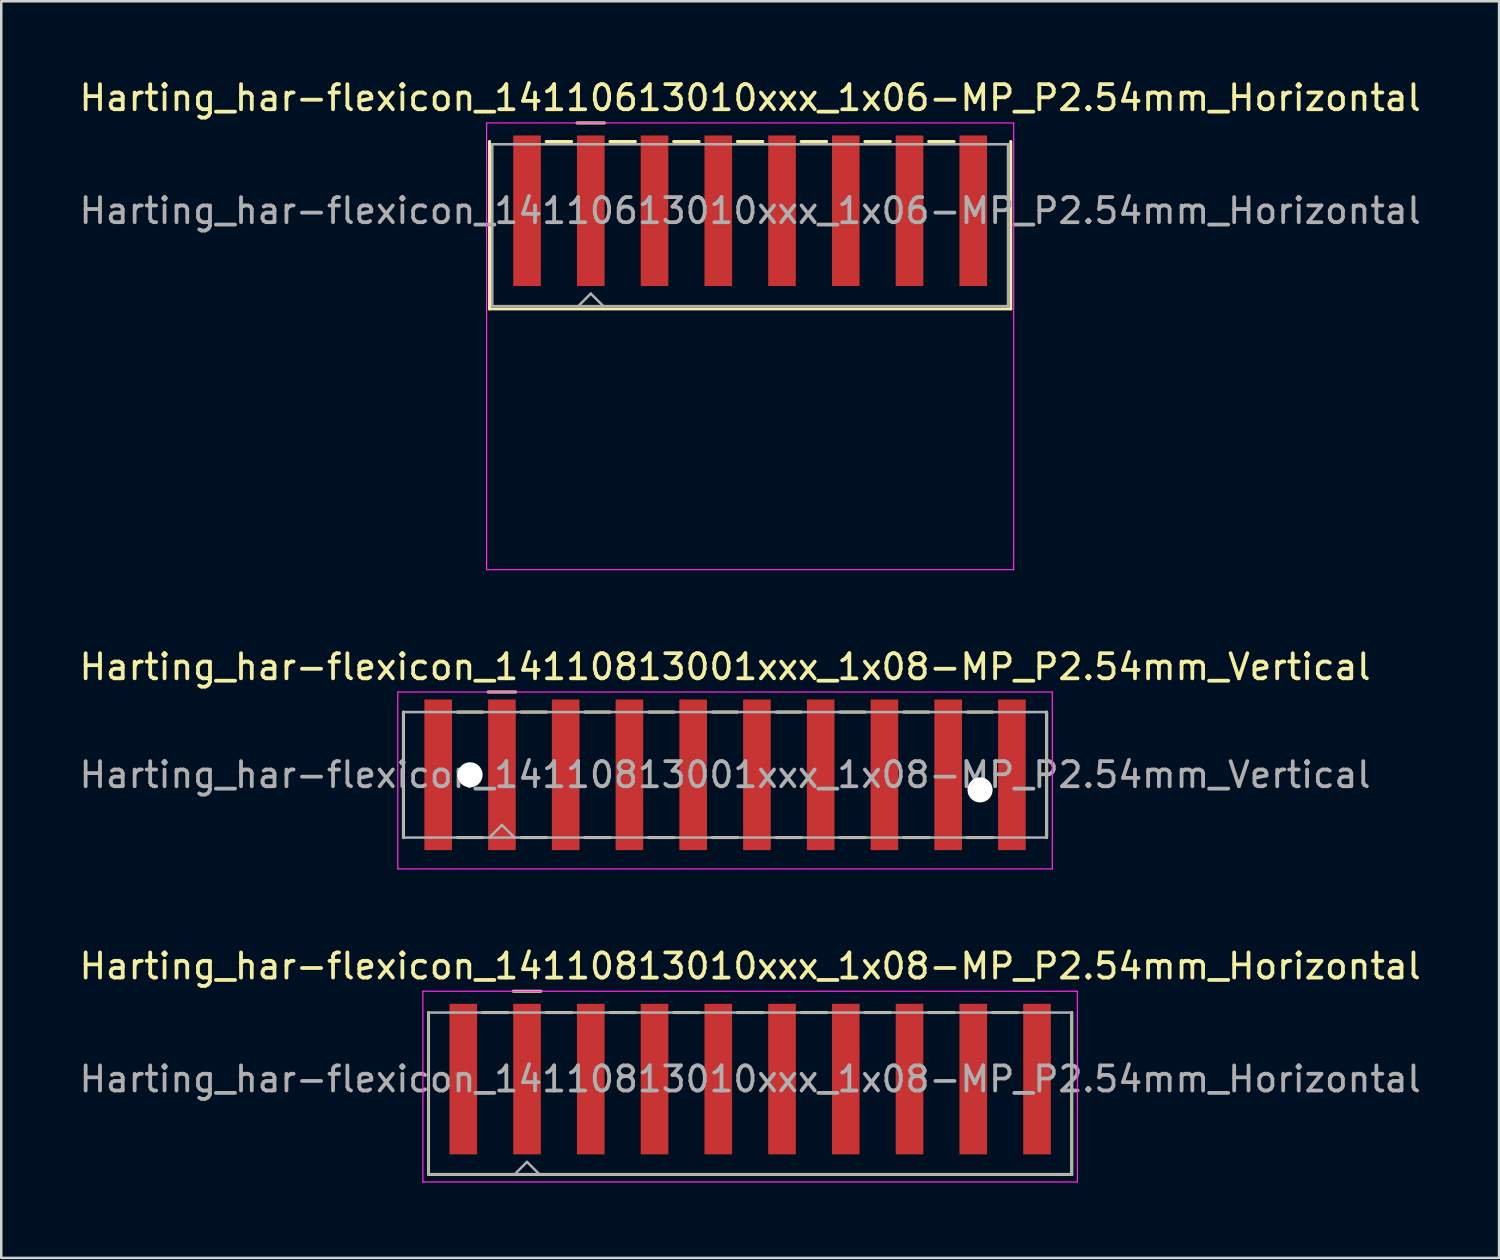
<source format=kicad_pcb>
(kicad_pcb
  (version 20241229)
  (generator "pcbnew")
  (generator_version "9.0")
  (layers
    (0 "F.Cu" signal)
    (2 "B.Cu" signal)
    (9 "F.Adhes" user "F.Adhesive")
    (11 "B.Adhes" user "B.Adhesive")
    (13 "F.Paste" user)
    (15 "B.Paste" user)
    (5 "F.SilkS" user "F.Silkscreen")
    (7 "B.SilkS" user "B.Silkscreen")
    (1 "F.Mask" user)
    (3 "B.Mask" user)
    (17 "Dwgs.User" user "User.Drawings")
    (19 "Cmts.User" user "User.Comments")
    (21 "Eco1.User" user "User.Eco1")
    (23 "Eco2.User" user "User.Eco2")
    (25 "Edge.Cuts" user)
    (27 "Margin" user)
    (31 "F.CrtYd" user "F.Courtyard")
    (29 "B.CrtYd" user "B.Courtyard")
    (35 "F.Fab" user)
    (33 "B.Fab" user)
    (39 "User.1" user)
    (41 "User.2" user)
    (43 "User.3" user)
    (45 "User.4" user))
  (footprint "Harting_har-flexicon_14110813001xxx_1x08-MP_P2.54mm_Vertical"
    (layer "F.Cu")
    (at 25.839 27.822)
    (property "Reference" "Harting_har-flexicon_14110813001xxx_1x08-MP_P2.54mm_Vertical" (at 0 -4.3 0) (layer "F.SilkS") (effects (font (size 1 1) (thickness 0.15))))
    (attr smd)
    (fp_line (start -12.815 -2.5) (end -12.815 2.5) (stroke (width 0.12) (type solid)) (layer "F.SilkS"))
    (fp_line (start -10.668 -2.5) (end -9.652 -2.5) (stroke (width 0.12) (type solid)) (layer "F.SilkS"))
    (fp_line (start -10.668 2.5) (end -9.652 2.5) (stroke (width 0.12) (type solid)) (layer "F.SilkS"))
    (fp_line (start -9.44 -3.3) (end -8.34 -3.3) (stroke (width 0.12) (type solid)) (layer "F.SilkS"))
    (fp_line (start -8.128 -2.5) (end -7.112 -2.5) (stroke (width 0.12) (type solid)) (layer "F.SilkS"))
    (fp_line (start -8.128 2.5) (end -7.112 2.5) (stroke (width 0.12) (type solid)) (layer "F.SilkS"))
    (fp_line (start -5.588 -2.5) (end -4.572 -2.5) (stroke (width 0.12) (type solid)) (layer "F.SilkS"))
    (fp_line (start -5.588 2.5) (end -4.572 2.5) (stroke (width 0.12) (type solid)) (layer "F.SilkS"))
    (fp_line (start -3.048 -2.5) (end -2.032 -2.5) (stroke (width 0.12) (type solid)) (layer "F.SilkS"))
    (fp_line (start -3.048 2.5) (end -2.032 2.5) (stroke (width 0.12) (type solid)) (layer "F.SilkS"))
    (fp_line (start -0.508 -2.5) (end 0.508 -2.5) (stroke (width 0.12) (type solid)) (layer "F.SilkS"))
    (fp_line (start -0.508 2.5) (end 0.508 2.5) (stroke (width 0.12) (type solid)) (layer "F.SilkS"))
    (fp_line (start 2.032 -2.5) (end 3.048 -2.5) (stroke (width 0.12) (type solid)) (layer "F.SilkS"))
    (fp_line (start 2.032 2.5) (end 3.048 2.5) (stroke (width 0.12) (type solid)) (layer "F.SilkS"))
    (fp_line (start 4.572 -2.5) (end 5.588 -2.5) (stroke (width 0.12) (type solid)) (layer "F.SilkS"))
    (fp_line (start 4.572 2.5) (end 5.588 2.5) (stroke (width 0.12) (type solid)) (layer "F.SilkS"))
    (fp_line (start 7.112 -2.5) (end 8.128 -2.5) (stroke (width 0.12) (type solid)) (layer "F.SilkS"))
    (fp_line (start 7.112 2.5) (end 8.128 2.5) (stroke (width 0.12) (type solid)) (layer "F.SilkS"))
    (fp_line (start 9.652 -2.5) (end 10.668 -2.5) (stroke (width 0.12) (type solid)) (layer "F.SilkS"))
    (fp_line (start 9.652 2.5) (end 10.668 2.5) (stroke (width 0.12) (type solid)) (layer "F.SilkS"))
    (fp_line (start 12.815 -2.5) (end 12.815 2.5) (stroke (width 0.12) (type solid)) (layer "F.SilkS"))
    (fp_line (start -13.04 -3.3) (end -13.04 3.75) (stroke (width 0.05) (type solid)) (layer "F.CrtYd"))
    (fp_line (start -13.04 3.75) (end 13.04 3.75) (stroke (width 0.05) (type solid)) (layer "F.CrtYd"))
    (fp_line (start 13.04 -3.3) (end -13.04 -3.3) (stroke (width 0.05) (type solid)) (layer "F.CrtYd"))
    (fp_line (start 13.04 3.75) (end 13.04 -3.3) (stroke (width 0.05) (type solid)) (layer "F.CrtYd"))
    (fp_line (start -12.815 -2.5) (end -12.815 2.5) (stroke (width 0.1) (type solid)) (layer "F.Fab"))
    (fp_line (start -12.815 2.5) (end 12.815 2.5) (stroke (width 0.1) (type solid)) (layer "F.Fab"))
    (fp_line (start -9.39 2.5) (end -8.89 2) (stroke (width 0.1) (type solid)) (layer "F.Fab"))
    (fp_line (start -8.89 2) (end -8.39 2.5) (stroke (width 0.1) (type solid)) (layer "F.Fab"))
    (fp_line (start 12.815 -2.5) (end -12.815 -2.5) (stroke (width 0.1) (type solid)) (layer "F.Fab"))
    (fp_line (start 12.815 2.5) (end 12.815 -2.5) (stroke (width 0.1) (type solid)) (layer "F.Fab"))
    (fp_text user "${REFERENCE}" (at 0 0 0) (layer "F.Fab") (effects (font (size 1 1) (thickness 0.15))))
    (pad "" np_thru_hole circle (at -10.16 0) (size 1 1) (drill 1) (layers "*.Cu" "*.Mask"))
    (pad "" np_thru_hole circle (at 10.16 0.6) (size 1 1) (drill 1) (layers "*.Cu" "*.Mask"))
    (pad "1" smd rect (at -8.89 0) (size 1.1 6) (layers "F.Cu" "F.Mask" "F.Paste"))
    (pad "2" smd rect (at -6.35 0) (size 1.1 6) (layers "F.Cu" "F.Mask" "F.Paste"))
    (pad "3" smd rect (at -3.81 0) (size 1.1 6) (layers "F.Cu" "F.Mask" "F.Paste"))
    (pad "4" smd rect (at -1.27 0) (size 1.1 6) (layers "F.Cu" "F.Mask" "F.Paste"))
    (pad "5" smd rect (at 1.27 0) (size 1.1 6) (layers "F.Cu" "F.Mask" "F.Paste"))
    (pad "6" smd rect (at 3.81 0) (size 1.1 6) (layers "F.Cu" "F.Mask" "F.Paste"))
    (pad "7" smd rect (at 6.35 0) (size 1.1 6) (layers "F.Cu" "F.Mask" "F.Paste"))
    (pad "8" smd rect (at 8.89 0) (size 1.1 6) (layers "F.Cu" "F.Mask" "F.Paste"))
    (pad "MP" smd rect (at -11.43 0) (size 1.1 6) (layers "F.Cu" "F.Mask" "F.Paste"))
    (pad "MP" smd rect (at 11.43 0) (size 1.1 6) (layers "F.Cu" "F.Mask" "F.Paste")))
  (footprint "Harting_har-flexicon_14110813010xxx_1x08-MP_P2.54mm_Horizontal"
    (layer "F.Cu")
    (at 26.839 41.245)
    (property "Reference" "Harting_har-flexicon_14110813010xxx_1x08-MP_P2.54mm_Horizontal" (at 0 -5.8 0) (layer "F.SilkS") (effects (font (size 1 1) (thickness 0.15))))
    (attr smd)
    (fp_line (start -12.815 -3.95) (end -12.815 2.5) (stroke (width 0.12) (type solid)) (layer "F.SilkS"))
    (fp_line (start -10.668 -3.95) (end -9.652 -3.95) (stroke (width 0.12) (type solid)) (layer "F.SilkS"))
    (fp_line (start -9.44 -4.8) (end -8.34 -4.8) (stroke (width 0.12) (type solid)) (layer "F.SilkS"))
    (fp_line (start -8.128 -3.95) (end -7.112 -3.95) (stroke (width 0.12) (type solid)) (layer "F.SilkS"))
    (fp_line (start -5.588 -3.95) (end -4.572 -3.95) (stroke (width 0.12) (type solid)) (layer "F.SilkS"))
    (fp_line (start -3.048 -3.95) (end -2.032 -3.95) (stroke (width 0.12) (type solid)) (layer "F.SilkS"))
    (fp_line (start -0.508 -3.95) (end 0.508 -3.95) (stroke (width 0.12) (type solid)) (layer "F.SilkS"))
    (fp_line (start 2.032 -3.95) (end 3.048 -3.95) (stroke (width 0.12) (type solid)) (layer "F.SilkS"))
    (fp_line (start 4.572 -3.95) (end 5.588 -3.95) (stroke (width 0.12) (type solid)) (layer "F.SilkS"))
    (fp_line (start 7.112 -3.95) (end 8.128 -3.95) (stroke (width 0.12) (type solid)) (layer "F.SilkS"))
    (fp_line (start 9.652 -3.95) (end 10.668 -3.95) (stroke (width 0.12) (type solid)) (layer "F.SilkS"))
    (fp_line (start 12.815 -3.95) (end 12.815 2.5) (stroke (width 0.12) (type solid)) (layer "F.SilkS"))
    (fp_line (start 12.815 2.5) (end -12.815 2.5) (stroke (width 0.12) (type solid)) (layer "F.SilkS"))
    (fp_line (start -13.04 -4.8) (end -13.04 2.8) (stroke (width 0.05) (type solid)) (layer "F.CrtYd"))
    (fp_line (start -13.04 2.8) (end 13.04 2.8) (stroke (width 0.05) (type solid)) (layer "F.CrtYd"))
    (fp_line (start 13.04 -4.8) (end -13.04 -4.8) (stroke (width 0.05) (type solid)) (layer "F.CrtYd"))
    (fp_line (start 13.04 2.8) (end 13.04 -4.8) (stroke (width 0.05) (type solid)) (layer "F.CrtYd"))
    (fp_line (start -12.815 -3.95) (end -12.815 2.5) (stroke (width 0.1) (type solid)) (layer "F.Fab"))
    (fp_line (start -12.815 2.5) (end 12.815 2.5) (stroke (width 0.1) (type solid)) (layer "F.Fab"))
    (fp_line (start -9.39 2.5) (end -8.89 2) (stroke (width 0.1) (type solid)) (layer "F.Fab"))
    (fp_line (start -8.89 2) (end -8.39 2.5) (stroke (width 0.1) (type solid)) (layer "F.Fab"))
    (fp_line (start 12.815 -3.95) (end -12.815 -3.95) (stroke (width 0.1) (type solid)) (layer "F.Fab"))
    (fp_line (start 12.815 2.5) (end 12.815 -3.95) (stroke (width 0.1) (type solid)) (layer "F.Fab"))
    (fp_text user "${REFERENCE}" (at 0 -1.3 0) (layer "F.Fab") (effects (font (size 1 1) (thickness 0.15))))
    (pad "1" smd rect (at -8.89 -1.3) (size 1.1 6) (layers "F.Cu" "F.Mask" "F.Paste"))
    (pad "2" smd rect (at -6.35 -1.3) (size 1.1 6) (layers "F.Cu" "F.Mask" "F.Paste"))
    (pad "3" smd rect (at -3.81 -1.3) (size 1.1 6) (layers "F.Cu" "F.Mask" "F.Paste"))
    (pad "4" smd rect (at -1.27 -1.3) (size 1.1 6) (layers "F.Cu" "F.Mask" "F.Paste"))
    (pad "5" smd rect (at 1.27 -1.3) (size 1.1 6) (layers "F.Cu" "F.Mask" "F.Paste"))
    (pad "6" smd rect (at 3.81 -1.3) (size 1.1 6) (layers "F.Cu" "F.Mask" "F.Paste"))
    (pad "7" smd rect (at 6.35 -1.3) (size 1.1 6) (layers "F.Cu" "F.Mask" "F.Paste"))
    (pad "8" smd rect (at 8.89 -1.3) (size 1.1 6) (layers "F.Cu" "F.Mask" "F.Paste"))
    (pad "MP" smd rect (at -11.43 -1.3) (size 1.1 6) (layers "F.Cu" "F.Mask" "F.Paste"))
    (pad "MP" smd rect (at 11.43 -1.3) (size 1.1 6) (layers "F.Cu" "F.Mask" "F.Paste")))
  (footprint "Harting_har-flexicon_14110613010xxx_1x06-MP_P2.54mm_Horizontal"
    (layer "F.Cu")
    (at 26.839 6.648)
    (property "Reference" "Harting_har-flexicon_14110613010xxx_1x06-MP_P2.54mm_Horizontal" (at 0 -5.8 0) (layer "F.SilkS") (effects (font (size 1 1) (thickness 0.15))))
    (attr smd)
    (fp_line (start -10.385 -4.06) (end -10.385 2.61) (stroke (width 0.12) (type solid)) (layer "F.SilkS"))
    (fp_line (start -8.128 -4.06) (end -7.112 -4.06) (stroke (width 0.12) (type solid)) (layer "F.SilkS"))
    (fp_line (start -6.9 -4.8) (end -5.8 -4.8) (stroke (width 0.12) (type solid)) (layer "F.SilkS"))
    (fp_line (start -5.588 -4.06) (end -4.572 -4.06) (stroke (width 0.12) (type solid)) (layer "F.SilkS"))
    (fp_line (start -3.048 -4.06) (end -2.032 -4.06) (stroke (width 0.12) (type solid)) (layer "F.SilkS"))
    (fp_line (start -0.508 -4.06) (end 0.508 -4.06) (stroke (width 0.12) (type solid)) (layer "F.SilkS"))
    (fp_line (start 2.032 -4.06) (end 3.048 -4.06) (stroke (width 0.12) (type solid)) (layer "F.SilkS"))
    (fp_line (start 4.572 -4.06) (end 5.588 -4.06) (stroke (width 0.12) (type solid)) (layer "F.SilkS"))
    (fp_line (start 7.112 -4.06) (end 8.128 -4.06) (stroke (width 0.12) (type solid)) (layer "F.SilkS"))
    (fp_line (start 10.385 -4.06) (end 10.385 2.61) (stroke (width 0.12) (type solid)) (layer "F.SilkS"))
    (fp_line (start 10.385 2.61) (end -10.385 2.61) (stroke (width 0.12) (type solid)) (layer "F.SilkS"))
    (fp_line (start -10.5 -4.8) (end -10.5 13) (stroke (width 0.05) (type solid)) (layer "F.CrtYd"))
    (fp_line (start -10.5 13) (end 10.5 13) (stroke (width 0.05) (type solid)) (layer "F.CrtYd"))
    (fp_line (start 10.5 -4.8) (end -10.5 -4.8) (stroke (width 0.05) (type solid)) (layer "F.CrtYd"))
    (fp_line (start 10.5 13) (end 10.5 -4.8) (stroke (width 0.05) (type solid)) (layer "F.CrtYd"))
    (fp_line (start -10.275 -3.95) (end -10.275 2.5) (stroke (width 0.1) (type solid)) (layer "F.Fab"))
    (fp_line (start -10.275 2.5) (end 10.275 2.5) (stroke (width 0.1) (type solid)) (layer "F.Fab"))
    (fp_line (start -6.85 2.5) (end -6.35 2) (stroke (width 0.1) (type solid)) (layer "F.Fab"))
    (fp_line (start -6.35 2) (end -5.85 2.5) (stroke (width 0.1) (type solid)) (layer "F.Fab"))
    (fp_line (start 10.275 -3.95) (end -10.275 -3.95) (stroke (width 0.1) (type solid)) (layer "F.Fab"))
    (fp_line (start 10.275 2.5) (end 10.275 -3.95) (stroke (width 0.1) (type solid)) (layer "F.Fab"))
    (fp_text user "${REFERENCE}" (at 0 -1.3 0) (layer "F.Fab") (effects (font (size 1 1) (thickness 0.15))))
    (pad "1" smd rect (at -6.35 -1.3) (size 1.1 6) (layers "F.Cu" "F.Mask" "F.Paste"))
    (pad "2" smd rect (at -3.81 -1.3) (size 1.1 6) (layers "F.Cu" "F.Mask" "F.Paste"))
    (pad "3" smd rect (at -1.27 -1.3) (size 1.1 6) (layers "F.Cu" "F.Mask" "F.Paste"))
    (pad "4" smd rect (at 1.27 -1.3) (size 1.1 6) (layers "F.Cu" "F.Mask" "F.Paste"))
    (pad "5" smd rect (at 3.81 -1.3) (size 1.1 6) (layers "F.Cu" "F.Mask" "F.Paste"))
    (pad "6" smd rect (at 6.35 -1.3) (size 1.1 6) (layers "F.Cu" "F.Mask" "F.Paste"))
    (pad "MP" smd rect (at -8.89 -1.3) (size 1.1 6) (layers "F.Cu" "F.Mask" "F.Paste"))
    (pad "MP" smd rect (at 8.89 -1.3) (size 1.1 6) (layers "F.Cu" "F.Mask" "F.Paste")))
  (gr_rect
    (start -3 -3)
    (end 56.679 47.07)
    (stroke (width 0.1) (type default))
    (fill no)
    (layer "Edge.Cuts")))
</source>
